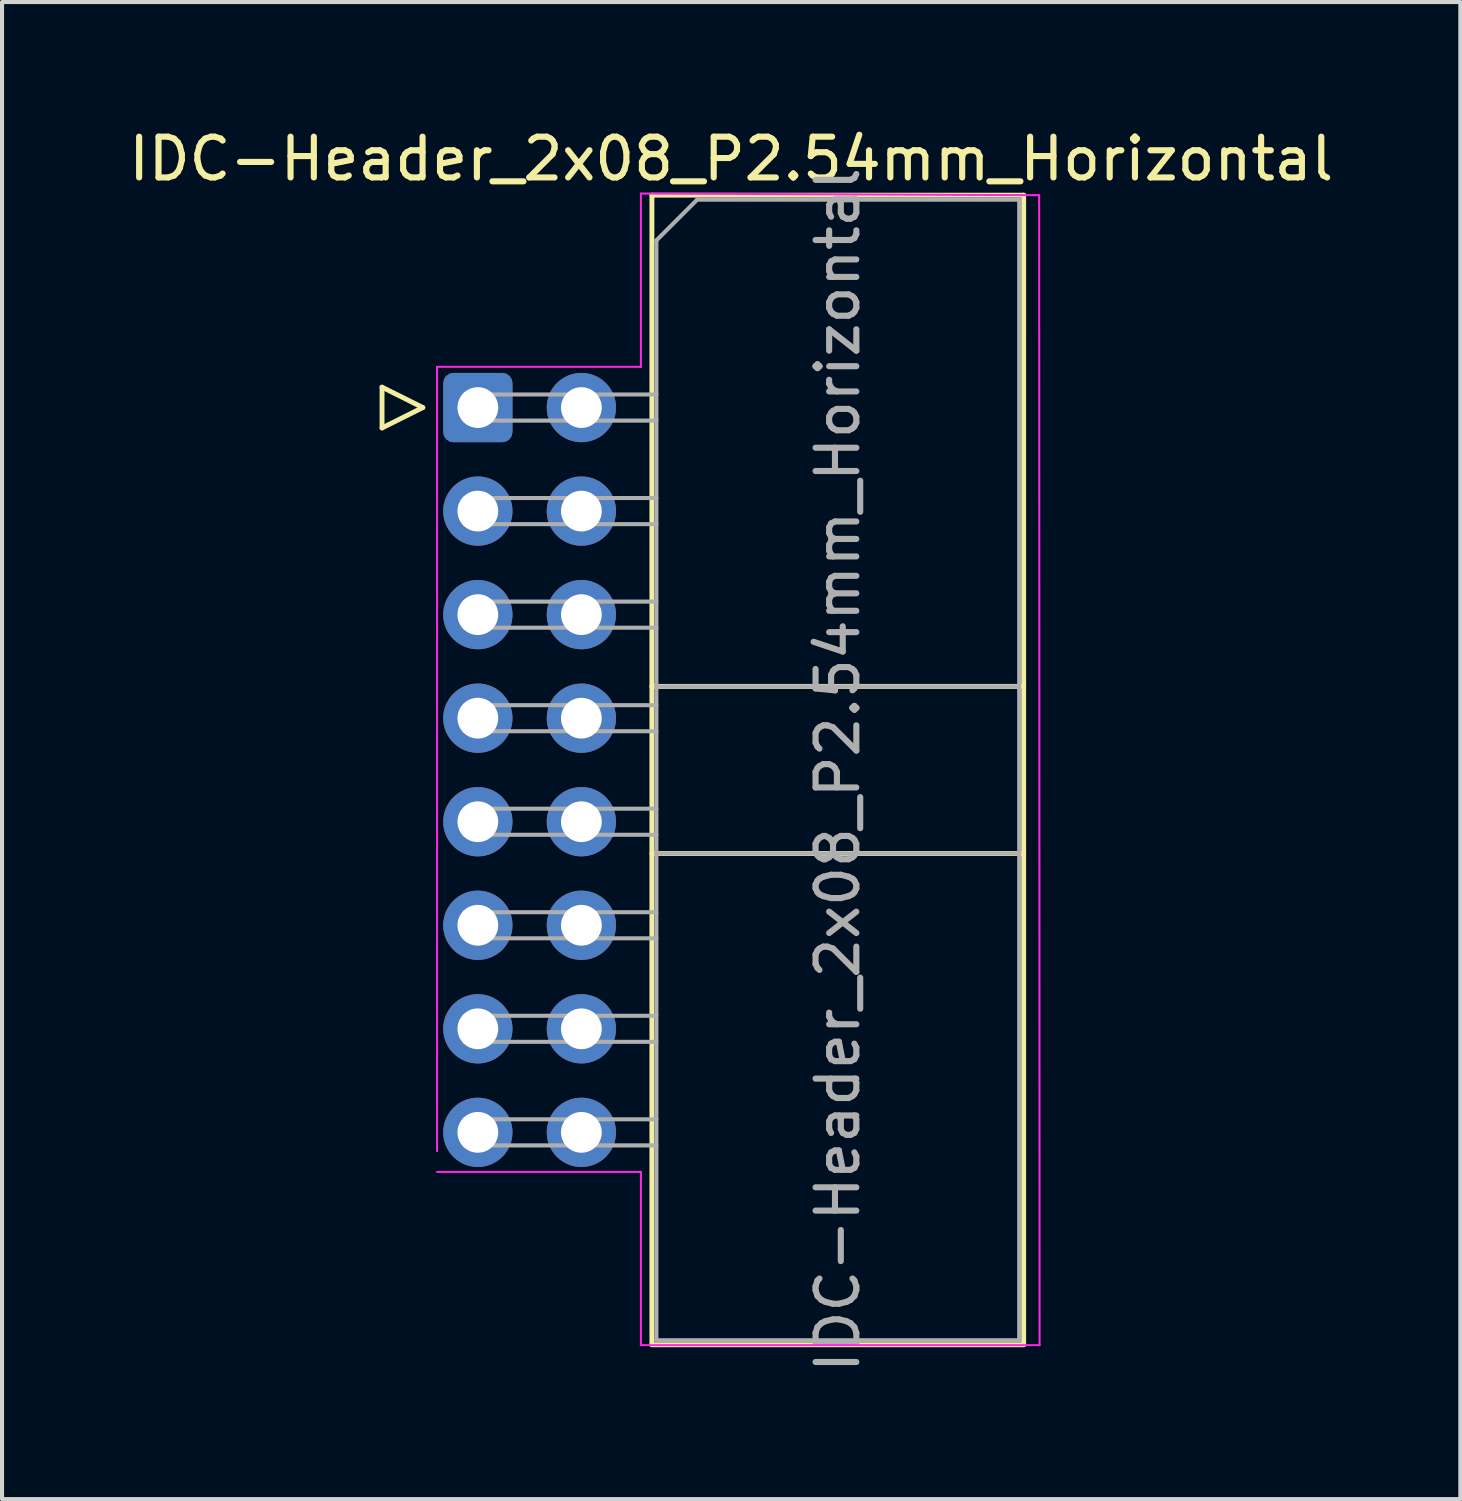
<source format=kicad_pcb>
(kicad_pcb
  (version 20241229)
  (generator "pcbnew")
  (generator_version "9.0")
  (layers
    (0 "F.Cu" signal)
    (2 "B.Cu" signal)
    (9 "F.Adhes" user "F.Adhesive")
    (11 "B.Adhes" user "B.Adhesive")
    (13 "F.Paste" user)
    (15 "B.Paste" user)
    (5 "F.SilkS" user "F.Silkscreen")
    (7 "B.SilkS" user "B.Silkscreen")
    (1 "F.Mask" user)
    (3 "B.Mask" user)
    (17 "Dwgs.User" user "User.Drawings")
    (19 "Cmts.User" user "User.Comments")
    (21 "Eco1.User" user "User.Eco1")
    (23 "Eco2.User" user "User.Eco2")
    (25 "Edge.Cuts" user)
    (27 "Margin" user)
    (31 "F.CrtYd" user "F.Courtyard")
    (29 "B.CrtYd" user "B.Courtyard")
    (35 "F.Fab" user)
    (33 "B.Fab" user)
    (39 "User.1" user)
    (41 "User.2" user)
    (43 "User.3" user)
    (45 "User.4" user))
  (footprint "IDC-Header_2x08_P2.54mm_Horizontal"
    (layer "F.Cu")
    (at 8.672 6.948)
    (property "Reference" "IDC-Header_2x08_P2.54mm_Horizontal" (at 6.215 -6.1 0) (layer "F.SilkS") (effects (font (size 1 1) (thickness 0.15))))
    (attr through_hole)
    (fp_line (start -2.35 -0.5) (end -2.35 0.5) (stroke (width 0.12) (type solid)) (layer "F.SilkS"))
    (fp_line (start -2.35 0.5) (end -1.35 0) (stroke (width 0.12) (type solid)) (layer "F.SilkS"))
    (fp_line (start -1.35 0) (end -2.35 -0.5) (stroke (width 0.12) (type solid)) (layer "F.SilkS"))
    (fp_line (start 4.27 -5.21) (end 13.39 -5.21) (stroke (width 0.12) (type solid)) (layer "F.SilkS"))
    (fp_line (start 4.27 6.84) (end 13.39 6.84) (stroke (width 0.12) (type solid)) (layer "F.SilkS"))
    (fp_line (start 4.27 10.94) (end 13.39 10.94) (stroke (width 0.12) (type solid)) (layer "F.SilkS"))
    (fp_line (start 4.27 22.99) (end 4.27 -5.21) (stroke (width 0.12) (type solid)) (layer "F.SilkS"))
    (fp_line (start 13.39 -5.21) (end 13.39 22.99) (stroke (width 0.12) (type solid)) (layer "F.SilkS"))
    (fp_line (start 13.39 22.99) (end 4.27 22.99) (stroke (width 0.12) (type solid)) (layer "F.SilkS"))
    (fp_line (start -1 -1) (end -1 18.24) (stroke (width 0.05) (type solid)) (layer "F.CrtYd"))
    (fp_line (start -1 -1) (end 4 -1) (stroke (width 0.05) (type default)) (layer "F.CrtYd"))
    (fp_line (start -1 18.75) (end 4 18.75) (stroke (width 0.05) (type default)) (layer "F.CrtYd"))
    (fp_line (start 4 -1) (end 4 -5.25) (stroke (width 0.05) (type default)) (layer "F.CrtYd"))
    (fp_line (start 4 18.75) (end 4 23) (stroke (width 0.05) (type default)) (layer "F.CrtYd"))
    (fp_line (start 4 23) (end 13.78 23) (stroke (width 0.05) (type solid)) (layer "F.CrtYd"))
    (fp_line (start 13.77 -5.21) (end 4 -5.25) (stroke (width 0.05) (type solid)) (layer "F.CrtYd"))
    (fp_line (start 13.78 23) (end 13.77 -5.21) (stroke (width 0.05) (type solid)) (layer "F.CrtYd"))
    (fp_line (start -0.32 -0.32) (end -0.32 0.32) (stroke (width 0.1) (type solid)) (layer "F.Fab"))
    (fp_line (start -0.32 0.32) (end 4.38 0.32) (stroke (width 0.1) (type solid)) (layer "F.Fab"))
    (fp_line (start -0.32 2.22) (end -0.32 2.86) (stroke (width 0.1) (type solid)) (layer "F.Fab"))
    (fp_line (start -0.32 2.86) (end 4.38 2.86) (stroke (width 0.1) (type solid)) (layer "F.Fab"))
    (fp_line (start -0.32 4.76) (end -0.32 5.4) (stroke (width 0.1) (type solid)) (layer "F.Fab"))
    (fp_line (start -0.32 5.4) (end 4.38 5.4) (stroke (width 0.1) (type solid)) (layer "F.Fab"))
    (fp_line (start -0.32 7.3) (end -0.32 7.94) (stroke (width 0.1) (type solid)) (layer "F.Fab"))
    (fp_line (start -0.32 7.94) (end 4.38 7.94) (stroke (width 0.1) (type solid)) (layer "F.Fab"))
    (fp_line (start -0.32 9.84) (end -0.32 10.48) (stroke (width 0.1) (type solid)) (layer "F.Fab"))
    (fp_line (start -0.32 10.48) (end 4.38 10.48) (stroke (width 0.1) (type solid)) (layer "F.Fab"))
    (fp_line (start -0.32 12.38) (end -0.32 13.02) (stroke (width 0.1) (type solid)) (layer "F.Fab"))
    (fp_line (start -0.32 13.02) (end 4.38 13.02) (stroke (width 0.1) (type solid)) (layer "F.Fab"))
    (fp_line (start -0.32 14.92) (end -0.32 15.56) (stroke (width 0.1) (type solid)) (layer "F.Fab"))
    (fp_line (start -0.32 15.56) (end 4.38 15.56) (stroke (width 0.1) (type solid)) (layer "F.Fab"))
    (fp_line (start -0.32 17.46) (end -0.32 18.1) (stroke (width 0.1) (type solid)) (layer "F.Fab"))
    (fp_line (start -0.32 18.1) (end 4.38 18.1) (stroke (width 0.1) (type solid)) (layer "F.Fab"))
    (fp_line (start 4.38 -4.1) (end 5.38 -5.1) (stroke (width 0.1) (type solid)) (layer "F.Fab"))
    (fp_line (start 4.38 -0.32) (end -0.32 -0.32) (stroke (width 0.1) (type solid)) (layer "F.Fab"))
    (fp_line (start 4.38 2.22) (end -0.32 2.22) (stroke (width 0.1) (type solid)) (layer "F.Fab"))
    (fp_line (start 4.38 4.76) (end -0.32 4.76) (stroke (width 0.1) (type solid)) (layer "F.Fab"))
    (fp_line (start 4.38 6.84) (end 13.28 6.84) (stroke (width 0.1) (type solid)) (layer "F.Fab"))
    (fp_line (start 4.38 7.3) (end -0.32 7.3) (stroke (width 0.1) (type solid)) (layer "F.Fab"))
    (fp_line (start 4.38 9.84) (end -0.32 9.84) (stroke (width 0.1) (type solid)) (layer "F.Fab"))
    (fp_line (start 4.38 10.94) (end 13.28 10.94) (stroke (width 0.1) (type solid)) (layer "F.Fab"))
    (fp_line (start 4.38 12.38) (end -0.32 12.38) (stroke (width 0.1) (type solid)) (layer "F.Fab"))
    (fp_line (start 4.38 14.92) (end -0.32 14.92) (stroke (width 0.1) (type solid)) (layer "F.Fab"))
    (fp_line (start 4.38 17.46) (end -0.32 17.46) (stroke (width 0.1) (type solid)) (layer "F.Fab"))
    (fp_line (start 4.38 22.88) (end 4.38 -4.1) (stroke (width 0.1) (type solid)) (layer "F.Fab"))
    (fp_line (start 5.38 -5.1) (end 13.28 -5.1) (stroke (width 0.1) (type solid)) (layer "F.Fab"))
    (fp_line (start 13.28 -5.1) (end 13.28 22.88) (stroke (width 0.1) (type solid)) (layer "F.Fab"))
    (fp_line (start 13.28 22.88) (end 4.38 22.88) (stroke (width 0.1) (type solid)) (layer "F.Fab"))
    (fp_text user "${REFERENCE}" (at 8.83 8.89 270) (layer "F.Fab") (effects (font (size 1 1) (thickness 0.15))))
    (pad "1" thru_hole roundrect (at 0 0) (size 1.7 1.7) (drill 1) (layers "*.Cu" "*.Mask") (roundrect_rratio 0.147))
    (pad "2" thru_hole circle (at 2.54 0) (size 1.7 1.7) (drill 1) (layers "*.Cu" "*.Mask"))
    (pad "3" thru_hole circle (at 0 2.54) (size 1.7 1.7) (drill 1) (layers "*.Cu" "*.Mask"))
    (pad "4" thru_hole circle (at 2.54 2.54) (size 1.7 1.7) (drill 1) (layers "*.Cu" "*.Mask"))
    (pad "5" thru_hole circle (at 0 5.08) (size 1.7 1.7) (drill 1) (layers "*.Cu" "*.Mask"))
    (pad "6" thru_hole circle (at 2.54 5.08) (size 1.7 1.7) (drill 1) (layers "*.Cu" "*.Mask"))
    (pad "7" thru_hole circle (at 0 7.62) (size 1.7 1.7) (drill 1) (layers "*.Cu" "*.Mask"))
    (pad "8" thru_hole circle (at 2.54 7.62) (size 1.7 1.7) (drill 1) (layers "*.Cu" "*.Mask"))
    (pad "9" thru_hole circle (at 0 10.16) (size 1.7 1.7) (drill 1) (layers "*.Cu" "*.Mask"))
    (pad "10" thru_hole circle (at 2.54 10.16) (size 1.7 1.7) (drill 1) (layers "*.Cu" "*.Mask"))
    (pad "11" thru_hole circle (at 0 12.7) (size 1.7 1.7) (drill 1) (layers "*.Cu" "*.Mask"))
    (pad "12" thru_hole circle (at 2.54 12.7) (size 1.7 1.7) (drill 1) (layers "*.Cu" "*.Mask"))
    (pad "13" thru_hole circle (at 0 15.24) (size 1.7 1.7) (drill 1) (layers "*.Cu" "*.Mask"))
    (pad "14" thru_hole circle (at 2.54 15.24) (size 1.7 1.7) (drill 1) (layers "*.Cu" "*.Mask"))
    (pad "15" thru_hole circle (at 0 17.78) (size 1.7 1.7) (drill 1) (layers "*.Cu" "*.Mask"))
    (pad "16" thru_hole circle (at 2.54 17.78) (size 1.7 1.7) (drill 1) (layers "*.Cu" "*.Mask")))
  (gr_rect
    (start -3 -3)
    (end 32.774 33.725)
    (stroke (width 0.1) (type default))
    (fill no)
    (layer "Edge.Cuts")))
</source>
